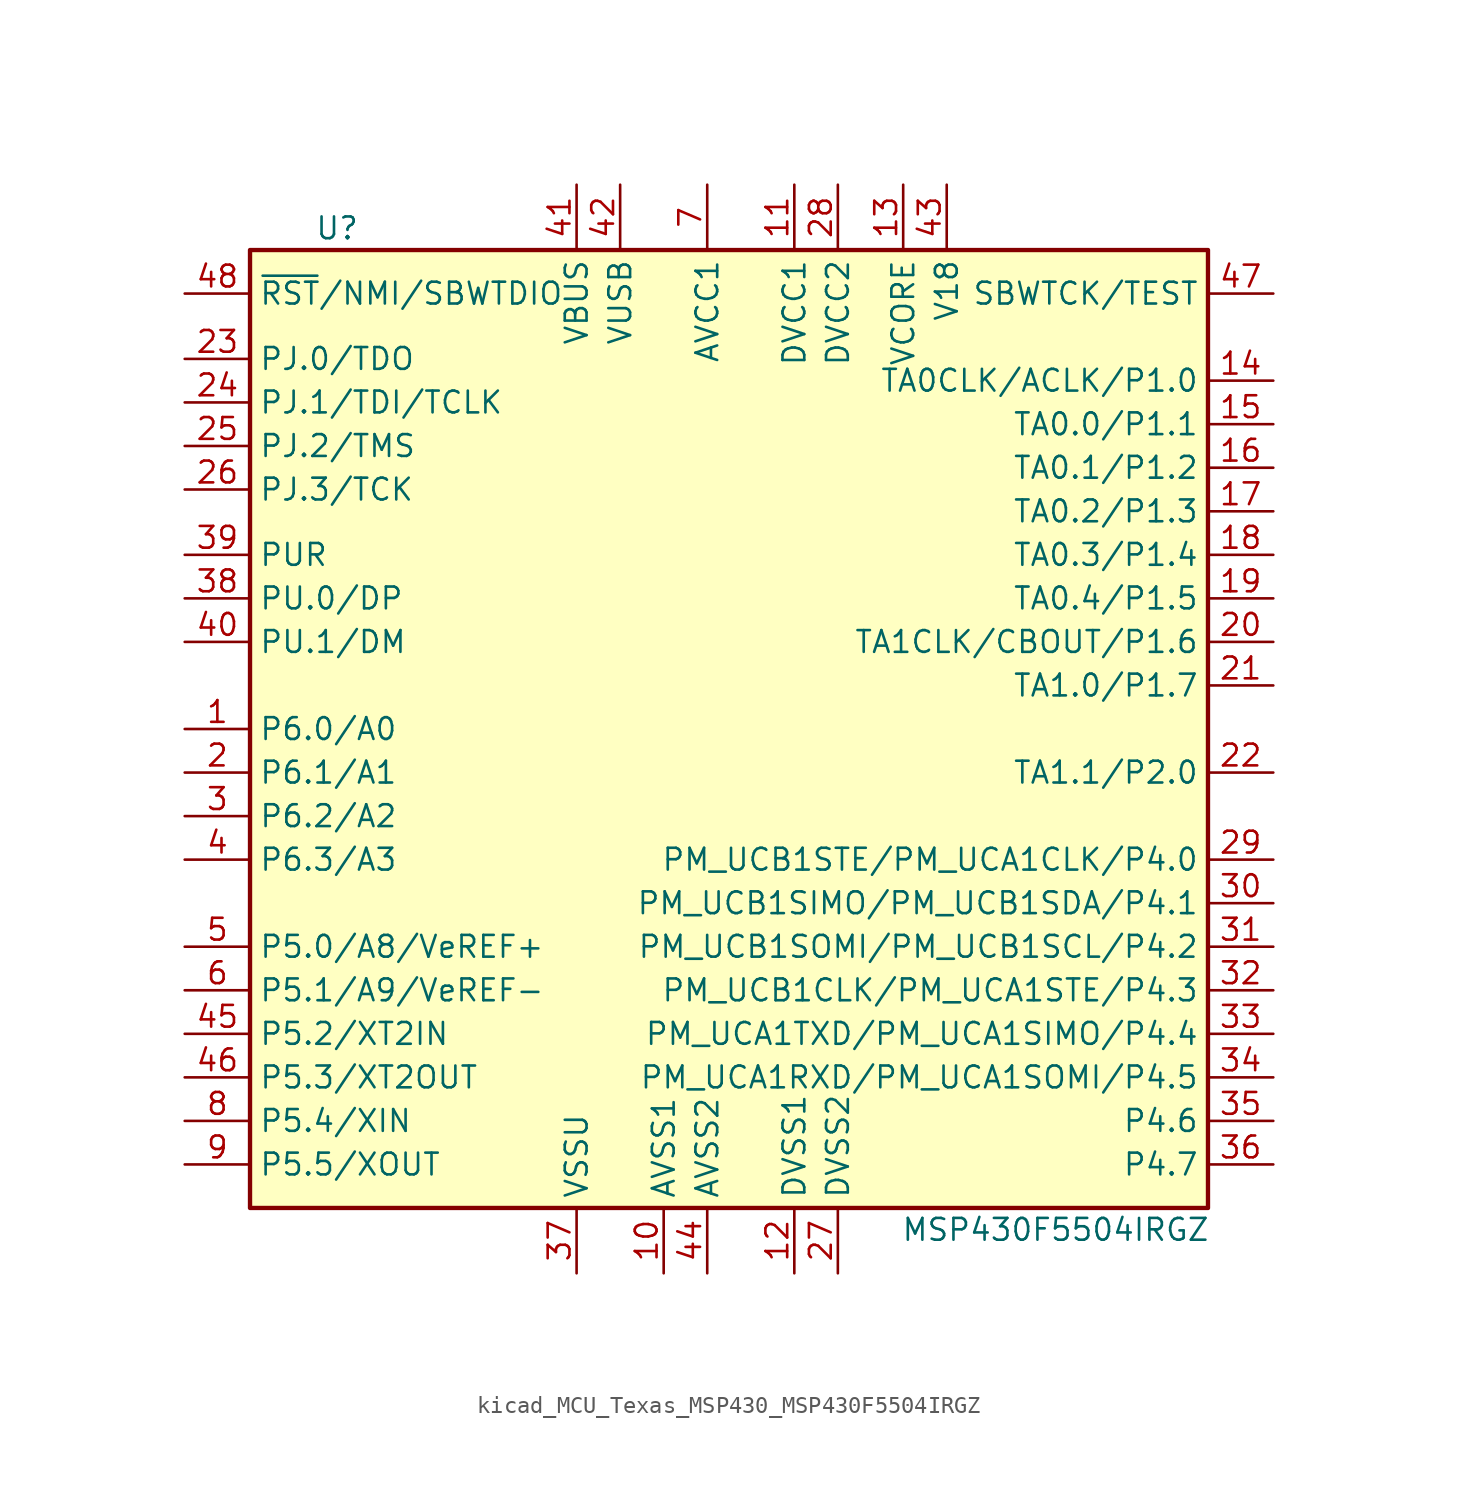
<source format=kicad_sym>
(kicad_symbol_lib
  (version 20220914)
  (generator kicad_symbol_editor)
  (symbol "kicad_MCU_Texas_MSP430_MSP430F5504IRGZ"
    (property "Reference" "U"
      (at -21.59 29.21 0)
      (effects (font (size 1.27 1.27))))
    (property "Value" "MSP430F5504IRGZ"
      (at 20.32 -29.21 0)
      (effects (font (size 1.27 1.27))))
    (symbol "kicad_MCU_Texas_MSP430_MSP430F5504IRGZ_0_1"
      (rectangle (start -26.67 27.94) (end 29.21 -27.94) (stroke (width 0.254) (type default)) (fill (type background))))
    (symbol "kicad_MCU_Texas_MSP430_MSP430F5504IRGZ_1_1"
      (pin bidirectional line (at -30.48 0 0) (length 3.81) (name "P6.0/A0" (effects (font (size 1.27 1.27)))) (number "1" (effects (font (size 1.27 1.27)))))
      (pin power_in line (at -2.54 -31.75 90) (length 3.81) (name "AVSS1" (effects (font (size 1.27 1.27)))) (number "10" (effects (font (size 1.27 1.27)))))
      (pin power_in line (at 5.08 31.75 270) (length 3.81) (name "DVCC1" (effects (font (size 1.27 1.27)))) (number "11" (effects (font (size 1.27 1.27)))))
      (pin power_in line (at 5.08 -31.75 90) (length 3.81) (name "DVSS1" (effects (font (size 1.27 1.27)))) (number "12" (effects (font (size 1.27 1.27)))))
      (pin passive line (at 11.43 31.75 270) (length 3.81) (name "VCORE" (effects (font (size 1.27 1.27)))) (number "13" (effects (font (size 1.27 1.27)))))
      (pin bidirectional line (at 33.02 20.32 180) (length 3.81) (name "TA0CLK/ACLK/P1.0" (effects (font (size 1.27 1.27)))) (number "14" (effects (font (size 1.27 1.27)))))
      (pin bidirectional line (at 33.02 17.78 180) (length 3.81) (name "TA0.0/P1.1" (effects (font (size 1.27 1.27)))) (number "15" (effects (font (size 1.27 1.27)))))
      (pin bidirectional line (at 33.02 15.24 180) (length 3.81) (name "TA0.1/P1.2" (effects (font (size 1.27 1.27)))) (number "16" (effects (font (size 1.27 1.27)))))
      (pin bidirectional line (at 33.02 12.7 180) (length 3.81) (name "TA0.2/P1.3" (effects (font (size 1.27 1.27)))) (number "17" (effects (font (size 1.27 1.27)))))
      (pin bidirectional line (at 33.02 10.16 180) (length 3.81) (name "TA0.3/P1.4" (effects (font (size 1.27 1.27)))) (number "18" (effects (font (size 1.27 1.27)))))
      (pin bidirectional line (at 33.02 7.62 180) (length 3.81) (name "TA0.4/P1.5" (effects (font (size 1.27 1.27)))) (number "19" (effects (font (size 1.27 1.27)))))
      (pin bidirectional line (at -30.48 -2.54 0) (length 3.81) (name "P6.1/A1" (effects (font (size 1.27 1.27)))) (number "2" (effects (font (size 1.27 1.27)))))
      (pin bidirectional line (at 33.02 5.08 180) (length 3.81) (name "TA1CLK/CBOUT/P1.6" (effects (font (size 1.27 1.27)))) (number "20" (effects (font (size 1.27 1.27)))))
      (pin bidirectional line (at 33.02 2.54 180) (length 3.81) (name "TA1.0/P1.7" (effects (font (size 1.27 1.27)))) (number "21" (effects (font (size 1.27 1.27)))))
      (pin bidirectional line (at 33.02 -2.54 180) (length 3.81) (name "TA1.1/P2.0" (effects (font (size 1.27 1.27)))) (number "22" (effects (font (size 1.27 1.27)))))
      (pin bidirectional line (at -30.48 21.59 0) (length 3.81) (name "PJ.0/TDO" (effects (font (size 1.27 1.27)))) (number "23" (effects (font (size 1.27 1.27)))))
      (pin bidirectional line (at -30.48 19.05 0) (length 3.81) (name "PJ.1/TDI/TCLK" (effects (font (size 1.27 1.27)))) (number "24" (effects (font (size 1.27 1.27)))))
      (pin bidirectional line (at -30.48 16.51 0) (length 3.81) (name "PJ.2/TMS" (effects (font (size 1.27 1.27)))) (number "25" (effects (font (size 1.27 1.27)))))
      (pin bidirectional line (at -30.48 13.97 0) (length 3.81) (name "PJ.3/TCK" (effects (font (size 1.27 1.27)))) (number "26" (effects (font (size 1.27 1.27)))))
      (pin power_in line (at 7.62 -31.75 90) (length 3.81) (name "DVSS2" (effects (font (size 1.27 1.27)))) (number "27" (effects (font (size 1.27 1.27)))))
      (pin power_in line (at 7.62 31.75 270) (length 3.81) (name "DVCC2" (effects (font (size 1.27 1.27)))) (number "28" (effects (font (size 1.27 1.27)))))
      (pin bidirectional line (at 33.02 -7.62 180) (length 3.81) (name "PM_UCB1STE/PM_UCA1CLK/P4.0" (effects (font (size 1.27 1.27)))) (number "29" (effects (font (size 1.27 1.27)))))
      (pin bidirectional line (at -30.48 -5.08 0) (length 3.81) (name "P6.2/A2" (effects (font (size 1.27 1.27)))) (number "3" (effects (font (size 1.27 1.27)))))
      (pin bidirectional line (at 33.02 -10.16 180) (length 3.81) (name "PM_UCB1SIMO/PM_UCB1SDA/P4.1" (effects (font (size 1.27 1.27)))) (number "30" (effects (font (size 1.27 1.27)))))
      (pin bidirectional line (at 33.02 -12.7 180) (length 3.81) (name "PM_UCB1SOMI/PM_UCB1SCL/P4.2" (effects (font (size 1.27 1.27)))) (number "31" (effects (font (size 1.27 1.27)))))
      (pin bidirectional line (at 33.02 -15.24 180) (length 3.81) (name "PM_UCB1CLK/PM_UCA1STE/P4.3" (effects (font (size 1.27 1.27)))) (number "32" (effects (font (size 1.27 1.27)))))
      (pin bidirectional line (at 33.02 -17.78 180) (length 3.81) (name "PM_UCA1TXD/PM_UCA1SIMO/P4.4" (effects (font (size 1.27 1.27)))) (number "33" (effects (font (size 1.27 1.27)))))
      (pin bidirectional line (at 33.02 -20.32 180) (length 3.81) (name "PM_UCA1RXD/PM_UCA1SOMI/P4.5" (effects (font (size 1.27 1.27)))) (number "34" (effects (font (size 1.27 1.27)))))
      (pin bidirectional line (at 33.02 -22.86 180) (length 3.81) (name "P4.6" (effects (font (size 1.27 1.27)))) (number "35" (effects (font (size 1.27 1.27)))))
      (pin bidirectional line (at 33.02 -25.4 180) (length 3.81) (name "P4.7" (effects (font (size 1.27 1.27)))) (number "36" (effects (font (size 1.27 1.27)))))
      (pin power_in line (at -7.62 -31.75 90) (length 3.81) (name "VSSU" (effects (font (size 1.27 1.27)))) (number "37" (effects (font (size 1.27 1.27)))))
      (pin bidirectional line (at -30.48 7.62 0) (length 3.81) (name "PU.0/DP" (effects (font (size 1.27 1.27)))) (number "38" (effects (font (size 1.27 1.27)))))
      (pin bidirectional line (at -30.48 10.16 0) (length 3.81) (name "PUR" (effects (font (size 1.27 1.27)))) (number "39" (effects (font (size 1.27 1.27)))))
      (pin bidirectional line (at -30.48 -7.62 0) (length 3.81) (name "P6.3/A3" (effects (font (size 1.27 1.27)))) (number "4" (effects (font (size 1.27 1.27)))))
      (pin bidirectional line (at -30.48 5.08 0) (length 3.81) (name "PU.1/DM" (effects (font (size 1.27 1.27)))) (number "40" (effects (font (size 1.27 1.27)))))
      (pin power_in line (at -7.62 31.75 270) (length 3.81) (name "VBUS" (effects (font (size 1.27 1.27)))) (number "41" (effects (font (size 1.27 1.27)))))
      (pin power_out line (at -5.08 31.75 270) (length 3.81) (name "VUSB" (effects (font (size 1.27 1.27)))) (number "42" (effects (font (size 1.27 1.27)))))
      (pin passive line (at 13.97 31.75 270) (length 3.81) (name "V18" (effects (font (size 1.27 1.27)))) (number "43" (effects (font (size 1.27 1.27)))))
      (pin power_in line (at 0 -31.75 90) (length 3.81) (name "AVSS2" (effects (font (size 1.27 1.27)))) (number "44" (effects (font (size 1.27 1.27)))))
      (pin bidirectional line (at -30.48 -17.78 0) (length 3.81) (name "P5.2/XT2IN" (effects (font (size 1.27 1.27)))) (number "45" (effects (font (size 1.27 1.27)))))
      (pin bidirectional line (at -30.48 -20.32 0) (length 3.81) (name "P5.3/XT2OUT" (effects (font (size 1.27 1.27)))) (number "46" (effects (font (size 1.27 1.27)))))
      (pin input line (at 33.02 25.4 180) (length 3.81) (name "SBWTCK/TEST" (effects (font (size 1.27 1.27)))) (number "47" (effects (font (size 1.27 1.27)))))
      (pin input line (at -30.48 25.4 0) (length 3.81) (name "~{RST}/NMI/SBWTDIO" (effects (font (size 1.27 1.27)))) (number "48" (effects (font (size 1.27 1.27)))))
      (pin bidirectional line (at -30.48 -12.7 0) (length 3.81) (name "P5.0/A8/VeREF+" (effects (font (size 1.27 1.27)))) (number "5" (effects (font (size 1.27 1.27)))))
      (pin bidirectional line (at -30.48 -15.24 0) (length 3.81) (name "P5.1/A9/VeREF-" (effects (font (size 1.27 1.27)))) (number "6" (effects (font (size 1.27 1.27)))))
      (pin power_in line (at 0 31.75 270) (length 3.81) (name "AVCC1" (effects (font (size 1.27 1.27)))) (number "7" (effects (font (size 1.27 1.27)))))
      (pin bidirectional line (at -30.48 -22.86 0) (length 3.81) (name "P5.4/XIN" (effects (font (size 1.27 1.27)))) (number "8" (effects (font (size 1.27 1.27)))))
      (pin bidirectional line (at -30.48 -25.4 0) (length 3.81) (name "P5.5/XOUT" (effects (font (size 1.27 1.27)))) (number "9" (effects (font (size 1.27 1.27))))))))
</source>
